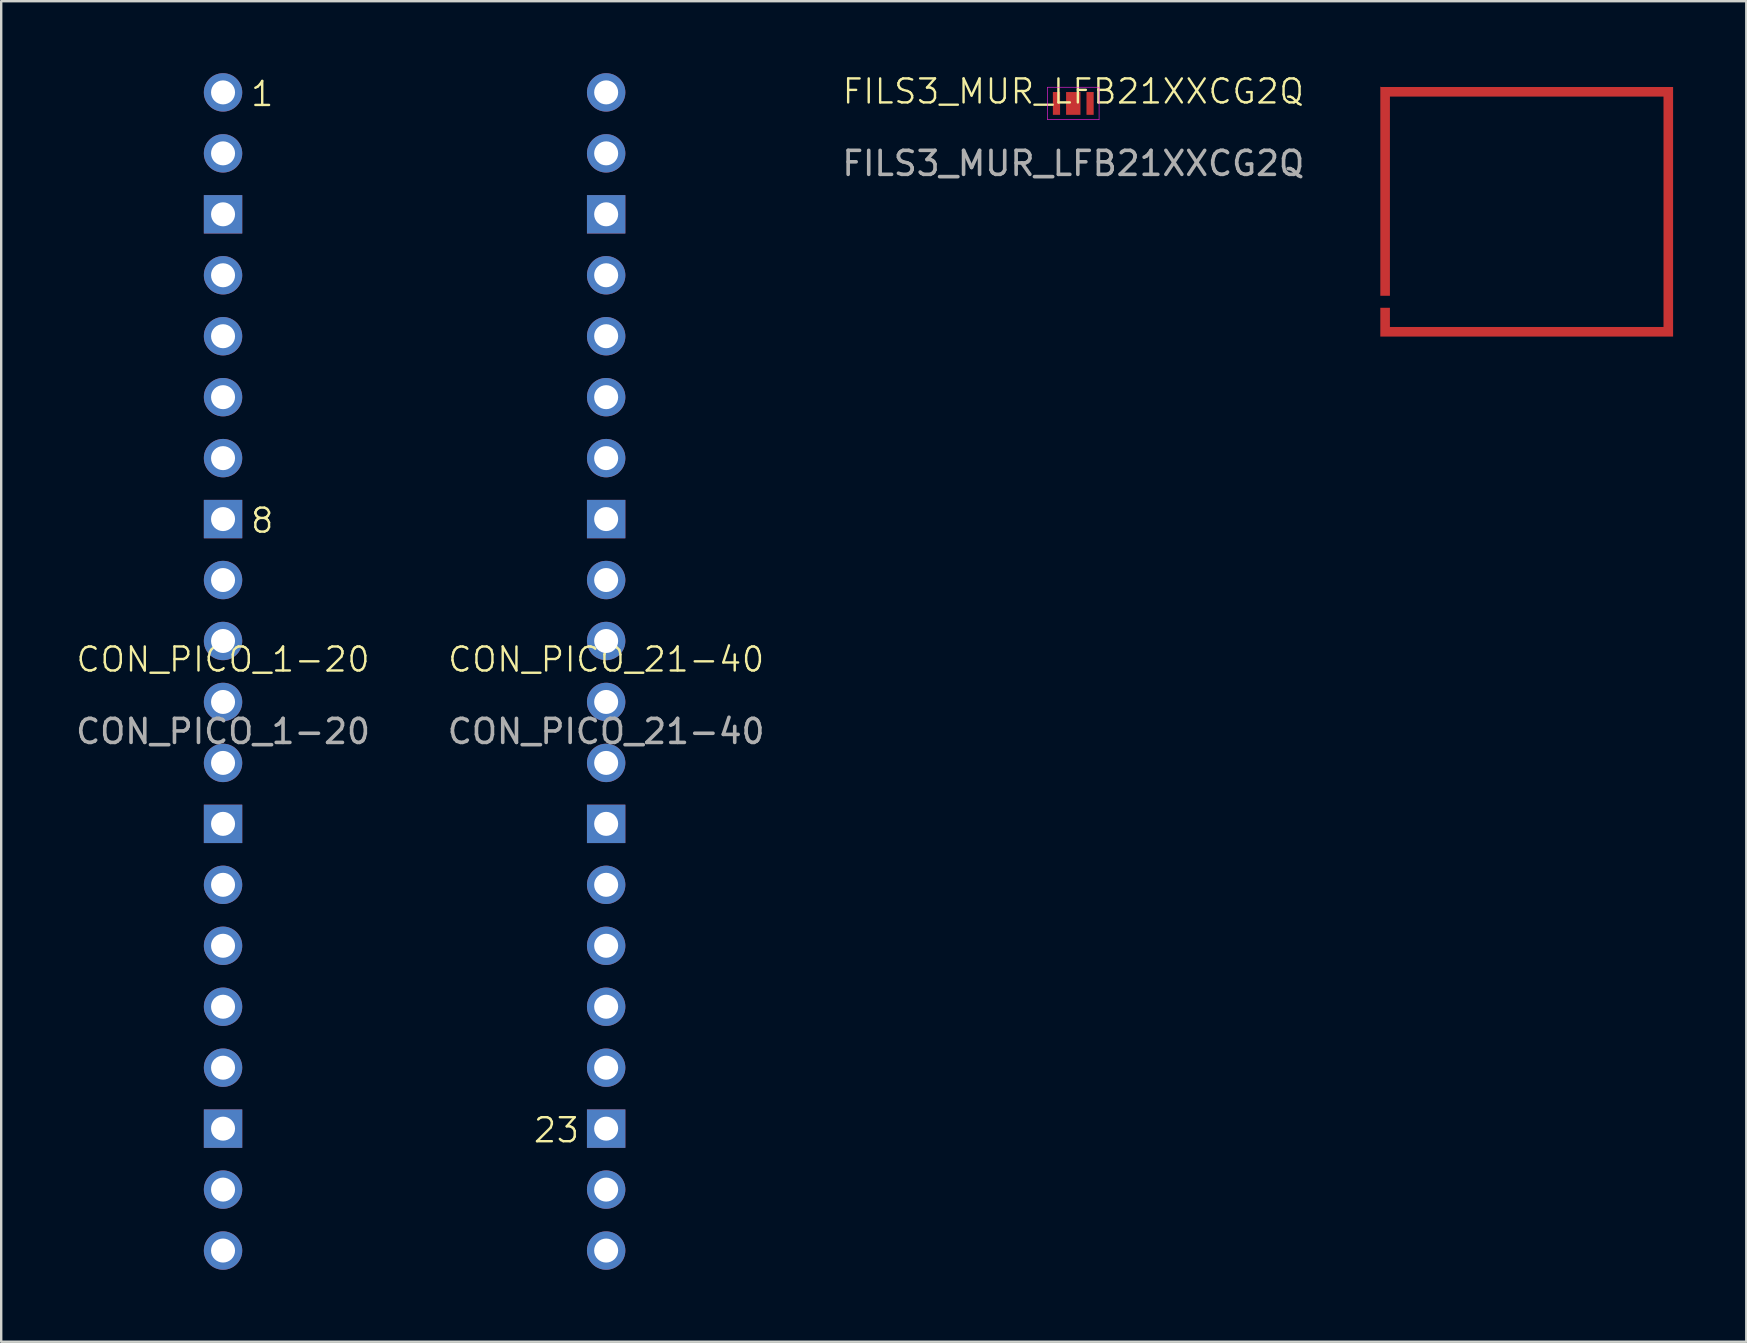
<source format=kicad_pcb>
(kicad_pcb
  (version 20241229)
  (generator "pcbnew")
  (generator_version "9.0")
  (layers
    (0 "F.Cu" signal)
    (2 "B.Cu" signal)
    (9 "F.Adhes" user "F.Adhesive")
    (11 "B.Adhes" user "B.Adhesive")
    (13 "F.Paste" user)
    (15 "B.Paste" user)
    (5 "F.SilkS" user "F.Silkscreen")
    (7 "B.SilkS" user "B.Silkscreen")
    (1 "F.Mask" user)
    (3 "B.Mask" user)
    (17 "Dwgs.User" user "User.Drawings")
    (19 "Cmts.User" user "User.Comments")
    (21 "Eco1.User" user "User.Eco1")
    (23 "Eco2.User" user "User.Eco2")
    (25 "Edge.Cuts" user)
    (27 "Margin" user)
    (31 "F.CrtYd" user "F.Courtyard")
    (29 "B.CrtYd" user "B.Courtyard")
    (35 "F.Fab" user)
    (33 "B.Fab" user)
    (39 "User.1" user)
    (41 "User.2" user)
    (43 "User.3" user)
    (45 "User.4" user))
  (footprint "CON_PICO_21-40"
    (layer "F.Cu")
    (at 22.208 24.93)
    (property "Reference" "CON_PICO_21-40" (at 0 -0.5 0) (unlocked yes) (layer "F.SilkS") (effects (font (size 1 1) (thickness 0.1))))
    (attr through_hole)
    (fp_text user "23" (at -3.09 19.7 0) (unlocked yes) (layer "F.SilkS") (effects (font (size 1 1) (thickness 0.1)) (justify left bottom)))
    (fp_text user "${REFERENCE}" (at 0 2.5 0) (unlocked yes) (layer "F.Fab") (effects (font (size 1 1) (thickness 0.15))))
    (pad "21" thru_hole circle (at 0 24.13) (size 1.6 1.6) (drill 1) (layers "*.Cu" "*.Mask"))
    (pad "22" thru_hole circle (at 0 21.59) (size 1.6 1.6) (drill 1) (layers "*.Cu" "*.Mask"))
    (pad "23" thru_hole rect (at 0 19.05) (size 1.6 1.6) (drill 1) (layers "*.Cu" "*.Mask"))
    (pad "24" thru_hole circle (at 0 16.51) (size 1.6 1.6) (drill 1) (layers "*.Cu" "*.Mask"))
    (pad "25" thru_hole circle (at 0 13.97) (size 1.6 1.6) (drill 1) (layers "*.Cu" "*.Mask"))
    (pad "26" thru_hole circle (at 0 11.43) (size 1.6 1.6) (drill 1) (layers "*.Cu" "*.Mask"))
    (pad "27" thru_hole circle (at 0 8.89) (size 1.6 1.6) (drill 1) (layers "*.Cu" "*.Mask"))
    (pad "28" thru_hole rect (at 0 6.35) (size 1.6 1.6) (drill 1) (layers "*.Cu" "*.Mask"))
    (pad "29" thru_hole circle (at 0 3.81) (size 1.6 1.6) (drill 1) (layers "*.Cu" "*.Mask"))
    (pad "30" thru_hole circle (at 0 1.27) (size 1.6 1.6) (drill 1) (layers "*.Cu" "*.Mask"))
    (pad "31" thru_hole circle (at 0 -1.27) (size 1.6 1.6) (drill 1) (layers "*.Cu" "*.Mask"))
    (pad "32" thru_hole circle (at 0 -3.81) (size 1.6 1.6) (drill 1) (layers "*.Cu" "*.Mask"))
    (pad "33" thru_hole rect (at 0 -6.35) (size 1.6 1.6) (drill 1) (layers "*.Cu" "*.Mask"))
    (pad "34" thru_hole circle (at 0 -8.89) (size 1.6 1.6) (drill 1) (layers "*.Cu" "*.Mask"))
    (pad "35" thru_hole circle (at 0 -11.43) (size 1.6 1.6) (drill 1) (layers "*.Cu" "*.Mask"))
    (pad "36" thru_hole circle (at 0 -13.97) (size 1.6 1.6) (drill 1) (layers "*.Cu" "*.Mask"))
    (pad "37" thru_hole circle (at 0 -16.51) (size 1.6 1.6) (drill 1) (layers "*.Cu" "*.Mask"))
    (pad "38" thru_hole rect (at 0 -19.05) (size 1.6 1.6) (drill 1) (layers "*.Cu" "*.Mask"))
    (pad "39" thru_hole circle (at 0 -21.59) (size 1.6 1.6) (drill 1) (layers "*.Cu" "*.Mask"))
    (pad "40" thru_hole circle (at 0 -24.13) (size 1.6 1.6) (drill 1) (layers "*.Cu" "*.Mask")))
  (footprint "CON_PICO_1-20"
    (layer "F.Cu")
    (at 6.244 24.93)
    (property "Reference" "CON_PICO_1-20" (at 0 -0.5 0) (unlocked yes) (layer "F.SilkS") (effects (font (size 1 1) (thickness 0.1))))
    (attr through_hole)
    (fp_text user "1" (at 1.09 -23.48 0) (unlocked yes) (layer "F.SilkS") (effects (font (size 1 1) (thickness 0.1)) (justify left bottom)))
    (fp_text user "8" (at 1.09 -5.7 0) (unlocked yes) (layer "F.SilkS") (effects (font (size 1 1) (thickness 0.1)) (justify left bottom)))
    (fp_text user "${REFERENCE}" (at 0 2.5 0) (unlocked yes) (layer "F.Fab") (effects (font (size 1 1) (thickness 0.15))))
    (pad "1" thru_hole circle (at 0 -24.13) (size 1.6 1.6) (drill 1) (layers "*.Cu" "*.Mask"))
    (pad "2" thru_hole circle (at 0 -21.59) (size 1.6 1.6) (drill 1) (layers "*.Cu" "*.Mask"))
    (pad "3" thru_hole rect (at 0 -19.05) (size 1.6 1.6) (drill 1) (layers "*.Cu" "*.Mask"))
    (pad "4" thru_hole circle (at 0 -16.51) (size 1.6 1.6) (drill 1) (layers "*.Cu" "*.Mask"))
    (pad "5" thru_hole circle (at 0 -13.97) (size 1.6 1.6) (drill 1) (layers "*.Cu" "*.Mask"))
    (pad "6" thru_hole circle (at 0 -11.43) (size 1.6 1.6) (drill 1) (layers "*.Cu" "*.Mask"))
    (pad "7" thru_hole circle (at 0 -8.89) (size 1.6 1.6) (drill 1) (layers "*.Cu" "*.Mask"))
    (pad "8" thru_hole rect (at 0 -6.35) (size 1.6 1.6) (drill 1) (layers "*.Cu" "*.Mask"))
    (pad "9" thru_hole circle (at 0 -3.81) (size 1.6 1.6) (drill 1) (layers "*.Cu" "*.Mask"))
    (pad "10" thru_hole circle (at 0 -1.27) (size 1.6 1.6) (drill 1) (layers "*.Cu" "*.Mask"))
    (pad "11" thru_hole circle (at 0 1.27) (size 1.6 1.6) (drill 1) (layers "*.Cu" "*.Mask"))
    (pad "12" thru_hole circle (at 0 3.81) (size 1.6 1.6) (drill 1) (layers "*.Cu" "*.Mask"))
    (pad "13" thru_hole rect (at 0 6.35) (size 1.6 1.6) (drill 1) (layers "*.Cu" "*.Mask"))
    (pad "14" thru_hole circle (at 0 8.89) (size 1.6 1.6) (drill 1) (layers "*.Cu" "*.Mask"))
    (pad "15" thru_hole circle (at 0 11.43) (size 1.6 1.6) (drill 1) (layers "*.Cu" "*.Mask"))
    (pad "16" thru_hole circle (at 0 13.97) (size 1.6 1.6) (drill 1) (layers "*.Cu" "*.Mask"))
    (pad "17" thru_hole circle (at 0 16.51) (size 1.6 1.6) (drill 1) (layers "*.Cu" "*.Mask"))
    (pad "18" thru_hole rect (at 0 19.05) (size 1.6 1.6) (drill 1) (layers "*.Cu" "*.Mask"))
    (pad "19" thru_hole circle (at 0 21.59) (size 1.6 1.6) (drill 1) (layers "*.Cu" "*.Mask"))
    (pad "20" thru_hole circle (at 0 24.13) (size 1.6 1.6) (drill 1) (layers "*.Cu" "*.Mask")))
  (footprint "RF_SHIELD_PICOW"
    (layer "F.Cu")
    (at 60.567 5.775)
    (property "Reference" "RF_SHIELD_PICOW" (at -6 -5.3 0) (unlocked yes) (layer "Eco1.User") (effects (font (size 0.4 0.4) (thickness 0.025)) (justify left bottom)))
    (fp_poly (pts (xy -6.1 -5.2) (xy -6.1 3.5) (xy -5.7 3.5) (xy -5.7 -4.8) (xy 5.7 -4.8) (xy 5.7 4.8) (xy -5.7 4.8) (xy -5.7 4) (xy -6.1 4) (xy -6.1 5.2) (xy 6.1 5.2) (xy 6.1 -5.2)) (stroke (width 0.1) (type dash)) (fill no) (layer "F.Mask"))
    (fp_poly (pts (xy -6.1 -4.8) (xy -5.3 -4.8) (xy -5.3 -5.2) (xy -6.1 -5.2)) (stroke (width 0.1) (type dash)) (fill no) (layer "F.Paste"))
    (fp_poly (pts (xy -6.1 -4.1) (xy -5.7 -4.1) (xy -5.7 -4.9) (xy -6.1 -4.9)) (stroke (width 0.1) (type dash)) (fill no) (layer "F.Paste"))
    (fp_poly (pts (xy -6.1 -2.9) (xy -5.7 -2.9) (xy -5.7 -3.7) (xy -6.1 -3.7)) (stroke (width 0.1) (type dash)) (fill no) (layer "F.Paste"))
    (fp_poly (pts (xy -6.1 -1.6) (xy -5.7 -1.6) (xy -5.7 -2.4) (xy -6.1 -2.4)) (stroke (width 0.1) (type dash)) (fill no) (layer "F.Paste"))
    (fp_poly (pts (xy -6.1 -0.3) (xy -5.7 -0.3) (xy -5.7 -1.1) (xy -6.1 -1.1)) (stroke (width 0.1) (type dash)) (fill no) (layer "F.Paste"))
    (fp_poly (pts (xy -6.1 1) (xy -5.7 1) (xy -5.7 0.2) (xy -6.1 0.2)) (stroke (width 0.1) (type dash)) (fill no) (layer "F.Paste"))
    (fp_poly (pts (xy -6.1 2.2) (xy -5.7 2.2) (xy -5.7 1.4) (xy -6.1 1.4)) (stroke (width 0.1) (type dash)) (fill no) (layer "F.Paste"))
    (fp_poly (pts (xy -6.1 3.4) (xy -5.7 3.4) (xy -5.7 2.6) (xy -6.1 2.6)) (stroke (width 0.1) (type dash)) (fill no) (layer "F.Paste"))
    (fp_poly (pts (xy -6.1 5.2) (xy -5.7 5.2) (xy -5.7 4.4) (xy -6.1 4.4)) (stroke (width 0.1) (type dash)) (fill no) (layer "F.Paste"))
    (fp_poly (pts (xy -5 5.2) (xy -4.2 5.2) (xy -4.2 4.8) (xy -5 4.8)) (stroke (width 0.1) (type dash)) (fill no) (layer "F.Paste"))
    (fp_poly (pts (xy -4.8 -4.8) (xy -4 -4.8) (xy -4 -5.2) (xy -4.8 -5.2)) (stroke (width 0.1) (type dash)) (fill no) (layer "F.Paste"))
    (fp_poly (pts (xy -3.5 -4.8) (xy -2.7 -4.8) (xy -2.7 -5.2) (xy -3.5 -5.2)) (stroke (width 0.1) (type dash)) (fill no) (layer "F.Paste"))
    (fp_poly (pts (xy -3.5 5.2) (xy -2.7 5.2) (xy -2.7 4.8) (xy -3.5 4.8)) (stroke (width 0.1) (type dash)) (fill no) (layer "F.Paste"))
    (fp_poly (pts (xy -2.2 -4.8) (xy -1.4 -4.8) (xy -1.4 -5.2) (xy -2.2 -5.2)) (stroke (width 0.1) (type dash)) (fill no) (layer "F.Paste"))
    (fp_poly (pts (xy -2 5.2) (xy -1.2 5.2) (xy -1.2 4.8) (xy -2 4.8)) (stroke (width 0.1) (type dash)) (fill no) (layer "F.Paste"))
    (fp_poly (pts (xy -0.8 -4.8) (xy 0 -4.8) (xy 0 -5.2) (xy -0.8 -5.2)) (stroke (width 0.1) (type dash)) (fill no) (layer "F.Paste"))
    (fp_poly (pts (xy -0.5 5.2) (xy 0.3 5.2) (xy 0.3 4.8) (xy -0.5 4.8)) (stroke (width 0.1) (type dash)) (fill no) (layer "F.Paste"))
    (fp_poly (pts (xy 0.6 -4.8) (xy 1.4 -4.8) (xy 1.4 -5.2) (xy 0.6 -5.2)) (stroke (width 0.1) (type dash)) (fill no) (layer "F.Paste"))
    (fp_poly (pts (xy 1 5.2) (xy 1.8 5.2) (xy 1.8 4.8) (xy 1 4.8)) (stroke (width 0.1) (type dash)) (fill no) (layer "F.Paste"))
    (fp_poly (pts (xy 1.8 -4.8) (xy 2.6 -4.8) (xy 2.6 -5.2) (xy 1.8 -5.2)) (stroke (width 0.1) (type dash)) (fill no) (layer "F.Paste"))
    (fp_poly (pts (xy 2.5 5.2) (xy 3.3 5.2) (xy 3.3 4.8) (xy 2.5 4.8)) (stroke (width 0.1) (type dash)) (fill no) (layer "F.Paste"))
    (fp_poly (pts (xy 3 -4.8) (xy 3.8 -4.8) (xy 3.8 -5.2) (xy 3 -5.2)) (stroke (width 0.1) (type dash)) (fill no) (layer "F.Paste"))
    (fp_poly (pts (xy 4 5.2) (xy 4.8 5.2) (xy 4.8 4.8) (xy 4 4.8)) (stroke (width 0.1) (type dash)) (fill no) (layer "F.Paste"))
    (fp_poly (pts (xy 4.3 -4.8) (xy 5.1 -4.8) (xy 5.1 -5.2) (xy 4.3 -5.2)) (stroke (width 0.1) (type dash)) (fill no) (layer "F.Paste"))
    (fp_poly (pts (xy 5.3 -4.8) (xy 6.1 -4.8) (xy 6.1 -5.2) (xy 5.3 -5.2)) (stroke (width 0.1) (type dash)) (fill no) (layer "F.Paste"))
    (fp_poly (pts (xy 5.7 -3.3) (xy 6.1 -3.3) (xy 6.1 -4.1) (xy 5.7 -4.1)) (stroke (width 0.1) (type dash)) (fill no) (layer "F.Paste"))
    (fp_poly (pts (xy 5.7 -1.8) (xy 6.1 -1.8) (xy 6.1 -2.6) (xy 5.7 -2.6)) (stroke (width 0.1) (type dash)) (fill no) (layer "F.Paste"))
    (fp_poly (pts (xy 5.7 -0.4) (xy 6.1 -0.4) (xy 6.1 -1.2) (xy 5.7 -1.2)) (stroke (width 0.1) (type dash)) (fill no) (layer "F.Paste"))
    (fp_poly (pts (xy 5.7 0.9) (xy 6.1 0.9) (xy 6.1 0.1) (xy 5.7 0.1)) (stroke (width 0.1) (type dash)) (fill no) (layer "F.Paste"))
    (fp_poly (pts (xy 5.7 2.3) (xy 6.1 2.3) (xy 6.1 1.5) (xy 5.7 1.5)) (stroke (width 0.1) (type dash)) (fill no) (layer "F.Paste"))
    (fp_poly (pts (xy 5.7 3.7) (xy 6.1 3.7) (xy 6.1 2.9) (xy 5.7 2.9)) (stroke (width 0.1) (type dash)) (fill no) (layer "F.Paste"))
    (fp_poly (pts (xy 5.7 5.2) (xy 6.1 5.2) (xy 6.1 4.4) (xy 5.7 4.4)) (stroke (width 0.1) (type dash)) (fill no) (layer "F.Paste"))
    (pad "1" smd circle (at -6.1 -5.2) (size 0.025 0.025) (layers "F.Cu" "F.Mask" "F.Paste"))
    (pad "1" smd custom (at -5.7 -4.8) (size 0.000001 0.000001) (layers "F.Cu" "F.Mask" "F.Paste") (options (anchor circle)) (primitives (gr_poly (pts (xy 0 0) (xy 11.4 0) (xy 11.4 9.6) (xy 0 9.6) (xy 0 8.8) (xy -0.4 8.8) (xy -0.4 10) (xy 11.8 10) (xy 11.8 -0.4) (xy -0.4 -0.4) (xy -0.4 8.3) (xy 0 8.3)) (width 0) (fill yes)))))
  (footprint "FILS3_MUR_LFB21XXCG2Q"
    (layer "F.Cu")
    (at 41.673 1.26)
    (property "Reference" "FILS3_MUR_LFB21XXCG2Q" (at 0 -0.5 0) (unlocked yes) (layer "F.SilkS") (effects (font (size 1 1) (thickness 0.1))))
    (attr smd)
    (fp_line (start -1.075 -0.675) (end 1.075 -0.675) (stroke (width 0.025) (type solid)) (layer "F.CrtYd"))
    (fp_line (start -1.075 0.675) (end -1.075 -0.675) (stroke (width 0.025) (type solid)) (layer "F.CrtYd"))
    (fp_line (start -1.075 0.675) (end 1.075 0.675) (stroke (width 0.025) (type solid)) (layer "F.CrtYd"))
    (fp_line (start 1.075 0.675) (end 1.075 -0.675) (stroke (width 0.025) (type solid)) (layer "F.CrtYd"))
    (fp_text user "${REFERENCE}" (at 0 2.5 0) (unlocked yes) (layer "F.Fab") (effects (font (size 1 1) (thickness 0.15))))
    (pad "1" smd rect (at -0.7 0) (size 0.3 0.95) (layers "F.Cu" "F.Mask" "F.Paste"))
    (pad "2" smd rect (at 0 0) (size 0.6 0.95) (layers "F.Cu" "F.Mask" "F.Paste"))
    (pad "3" smd rect (at 0.7 0) (size 0.3 0.95) (layers "F.Cu" "F.Mask" "F.Paste")))
  (gr_rect
    (start -3 -3)
    (end 69.717 52.86)
    (stroke (width 0.1) (type default))
    (fill no)
    (layer "Edge.Cuts")))
</source>
